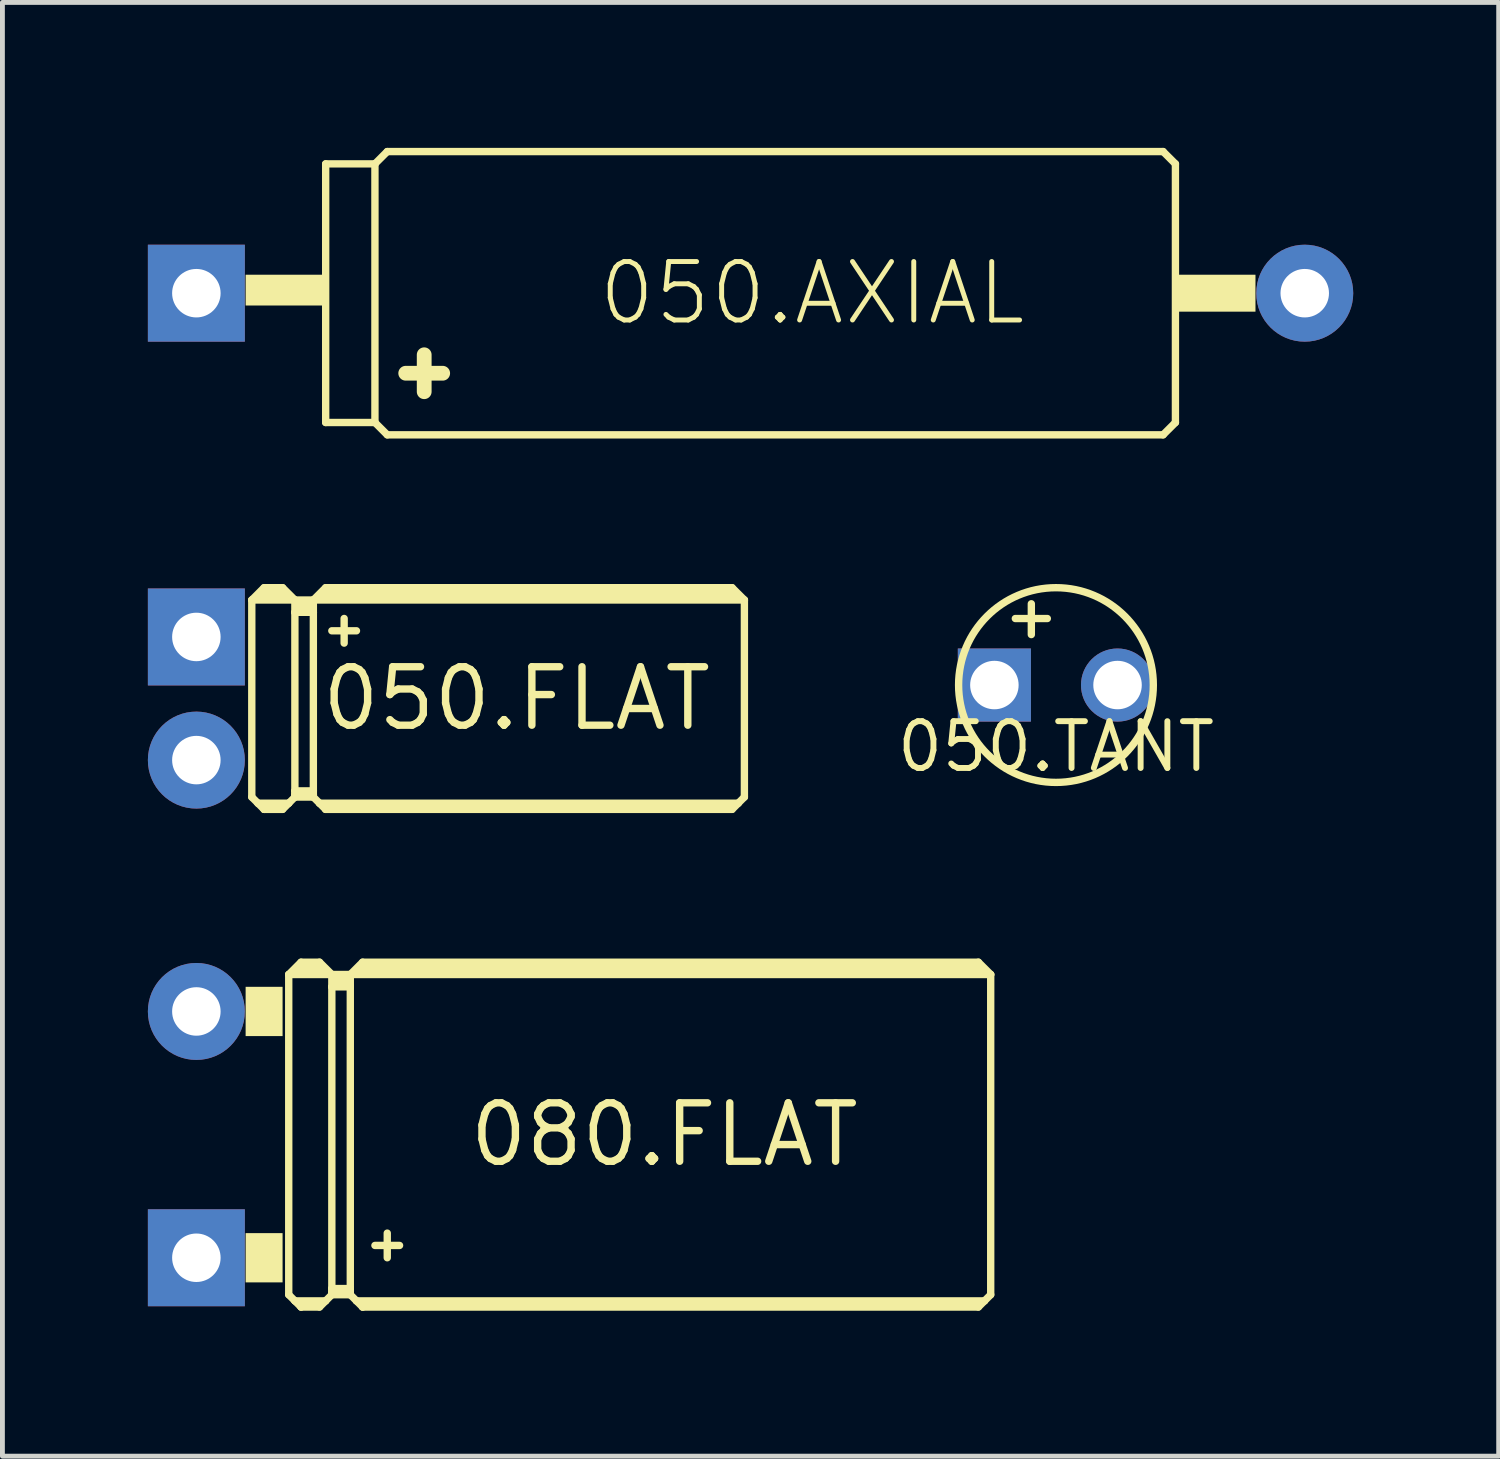
<source format=kicad_pcb>
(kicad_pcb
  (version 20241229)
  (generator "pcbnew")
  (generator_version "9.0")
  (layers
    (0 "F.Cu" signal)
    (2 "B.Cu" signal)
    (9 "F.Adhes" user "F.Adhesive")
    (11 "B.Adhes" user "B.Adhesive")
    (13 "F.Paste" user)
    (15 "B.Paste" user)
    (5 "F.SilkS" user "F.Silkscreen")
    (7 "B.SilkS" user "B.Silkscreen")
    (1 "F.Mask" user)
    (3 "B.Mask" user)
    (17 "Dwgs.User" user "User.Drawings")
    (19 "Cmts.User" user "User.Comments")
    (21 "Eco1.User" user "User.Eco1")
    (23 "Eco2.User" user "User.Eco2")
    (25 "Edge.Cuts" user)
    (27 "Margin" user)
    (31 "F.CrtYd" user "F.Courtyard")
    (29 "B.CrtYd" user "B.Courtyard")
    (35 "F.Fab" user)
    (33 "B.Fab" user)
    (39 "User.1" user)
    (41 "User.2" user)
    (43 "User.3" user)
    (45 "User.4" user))
  (footprint "050.AXIAL"
    (layer "F.Cu")
    (at 13.7 2.997)
    (property "Reference" "050.AXIAL" (at 0 0 0) (layer "F.SilkS") (effects (font (size 1.206 1.206) (thickness 0.102))))
    (attr through_hole)
    (fp_line (start -10.033 -2.667) (end -10.033 2.667) (stroke (width 0.152) (type solid)) (layer "F.SilkS"))
    (fp_line (start -10.033 -2.667) (end -9.017 -2.667) (stroke (width 0.152) (type solid)) (layer "F.SilkS"))
    (fp_line (start -10.033 2.667) (end -9.017 2.667) (stroke (width 0.152) (type solid)) (layer "F.SilkS"))
    (fp_line (start -9.017 -2.667) (end -9.017 2.667) (stroke (width 0.152) (type solid)) (layer "F.SilkS"))
    (fp_line (start -9.017 -2.667) (end -8.763 -2.921) (stroke (width 0.152) (type solid)) (layer "F.SilkS"))
    (fp_line (start -9.017 2.667) (end -8.763 2.921) (stroke (width 0.152) (type solid)) (layer "F.SilkS"))
    (fp_line (start -8.763 -2.921) (end 7.239 -2.921) (stroke (width 0.152) (type solid)) (layer "F.SilkS"))
    (fp_line (start -8.763 2.921) (end 7.239 2.921) (stroke (width 0.152) (type solid)) (layer "F.SilkS"))
    (fp_line (start -8.382 1.651) (end -7.62 1.651) (stroke (width 0.305) (type solid)) (layer "F.SilkS"))
    (fp_line (start -8.001 1.27) (end -8.001 2.032) (stroke (width 0.305) (type solid)) (layer "F.SilkS"))
    (fp_line (start 7.493 -2.667) (end 7.239 -2.921) (stroke (width 0.152) (type solid)) (layer "F.SilkS"))
    (fp_line (start 7.493 -2.667) (end 7.493 2.667) (stroke (width 0.152) (type solid)) (layer "F.SilkS"))
    (fp_line (start 7.493 2.667) (end 7.239 2.921) (stroke (width 0.152) (type solid)) (layer "F.SilkS"))
    (fp_poly (pts (xy -11.684 0.254) (xy -10.033 0.254) (xy -10.033 -0.381) (xy -11.684 -0.381)) (stroke (width 0) (type solid)) (fill yes) (layer "F.SilkS"))
    (fp_poly (pts (xy 7.493 0.381) (xy 9.144 0.381) (xy 9.144 -0.381) (xy 7.493 -0.381)) (stroke (width 0) (type solid)) (fill yes) (layer "F.SilkS"))
    (pad "+" thru_hole rect (at -12.7 0) (size 2 2) (drill 1) (layers "*.Cu" "*.Mask"))
    (pad "-" thru_hole oval (at 10.16 0 180) (size 2 2) (drill 1) (layers "*.Cu" "*.Mask")))
  (footprint "080.FLAT"
    (layer "F.Cu")
    (at 1 20.351)
    (property "Reference" "080.FLAT" (at 9.652 0 0) (layer "F.SilkS") (effects (font (size 1.206 1.206) (thickness 0.152))))
    (attr through_hole)
    (fp_line (start 1.905 -3.302) (end 2.794 -3.302) (stroke (width 0.152) (type solid)) (layer "F.SilkS"))
    (fp_line (start 1.905 3.302) (end 1.905 -3.302) (stroke (width 0.152) (type solid)) (layer "F.SilkS"))
    (fp_line (start 1.905 3.302) (end 2.032 3.429) (stroke (width 0.152) (type solid)) (layer "F.SilkS"))
    (fp_line (start 2.032 3.429) (end 2.159 3.556) (stroke (width 0.152) (type solid)) (layer "F.SilkS"))
    (fp_line (start 2.032 3.429) (end 2.667 3.429) (stroke (width 0.152) (type solid)) (layer "F.SilkS"))
    (fp_line (start 2.159 -3.556) (end 1.905 -3.302) (stroke (width 0.152) (type solid)) (layer "F.SilkS"))
    (fp_line (start 2.159 -3.556) (end 2.54 -3.556) (stroke (width 0.152) (type solid)) (layer "F.SilkS"))
    (fp_line (start 2.159 -3.429) (end 2.54 -3.429) (stroke (width 0.305) (type solid)) (layer "F.SilkS"))
    (fp_line (start 2.159 3.505) (end 2.159 3.556) (stroke (width 0.152) (type solid)) (layer "F.SilkS"))
    (fp_line (start 2.159 3.556) (end 2.54 3.556) (stroke (width 0.152) (type solid)) (layer "F.SilkS"))
    (fp_line (start 2.54 -3.556) (end 2.794 -3.302) (stroke (width 0.152) (type solid)) (layer "F.SilkS"))
    (fp_line (start 2.54 3.505) (end 2.159 3.505) (stroke (width 0.152) (type solid)) (layer "F.SilkS"))
    (fp_line (start 2.54 3.556) (end 2.667 3.429) (stroke (width 0.152) (type solid)) (layer "F.SilkS"))
    (fp_line (start 2.667 3.429) (end 2.794 3.302) (stroke (width 0.152) (type solid)) (layer "F.SilkS"))
    (fp_line (start 2.794 -3.302) (end 2.794 -3.048) (stroke (width 0.152) (type solid)) (layer "F.SilkS"))
    (fp_line (start 2.794 -3.302) (end 3.175 -3.302) (stroke (width 0.152) (type solid)) (layer "F.SilkS"))
    (fp_line (start 2.794 -3.048) (end 2.794 3.175) (stroke (width 0.152) (type solid)) (layer "F.SilkS"))
    (fp_line (start 2.794 -3.048) (end 3.175 -3.048) (stroke (width 0.152) (type solid)) (layer "F.SilkS"))
    (fp_line (start 2.794 3.175) (end 2.794 3.251) (stroke (width 0.152) (type solid)) (layer "F.SilkS"))
    (fp_line (start 2.794 3.175) (end 3.175 3.175) (stroke (width 0.152) (type solid)) (layer "F.SilkS"))
    (fp_line (start 2.794 3.251) (end 2.794 3.302) (stroke (width 0.152) (type solid)) (layer "F.SilkS"))
    (fp_line (start 2.794 3.302) (end 3.175 3.302) (stroke (width 0.152) (type solid)) (layer "F.SilkS"))
    (fp_line (start 2.921 -3.175) (end 3.048 -3.175) (stroke (width 0.305) (type solid)) (layer "F.SilkS"))
    (fp_line (start 3.175 -3.302) (end 3.175 -3.048) (stroke (width 0.152) (type solid)) (layer "F.SilkS"))
    (fp_line (start 3.175 -3.302) (end 3.429 -3.556) (stroke (width 0.152) (type solid)) (layer "F.SilkS"))
    (fp_line (start 3.175 -3.302) (end 16.383 -3.302) (stroke (width 0.152) (type solid)) (layer "F.SilkS"))
    (fp_line (start 3.175 -3.048) (end 3.175 3.175) (stroke (width 0.152) (type solid)) (layer "F.SilkS"))
    (fp_line (start 3.175 3.175) (end 3.175 3.251) (stroke (width 0.152) (type solid)) (layer "F.SilkS"))
    (fp_line (start 3.175 3.251) (end 2.794 3.251) (stroke (width 0.152) (type solid)) (layer "F.SilkS"))
    (fp_line (start 3.175 3.251) (end 3.175 3.302) (stroke (width 0.152) (type solid)) (layer "F.SilkS"))
    (fp_line (start 3.175 3.302) (end 3.302 3.429) (stroke (width 0.152) (type solid)) (layer "F.SilkS"))
    (fp_line (start 3.302 3.429) (end 3.429 3.556) (stroke (width 0.152) (type solid)) (layer "F.SilkS"))
    (fp_line (start 3.302 3.429) (end 16.256 3.429) (stroke (width 0.152) (type solid)) (layer "F.SilkS"))
    (fp_line (start 3.429 -3.556) (end 16.129 -3.556) (stroke (width 0.152) (type solid)) (layer "F.SilkS"))
    (fp_line (start 3.429 -3.429) (end 16.129 -3.429) (stroke (width 0.305) (type solid)) (layer "F.SilkS"))
    (fp_line (start 3.429 3.505) (end 3.429 3.556) (stroke (width 0.152) (type solid)) (layer "F.SilkS"))
    (fp_line (start 3.429 3.556) (end 16.129 3.556) (stroke (width 0.152) (type solid)) (layer "F.SilkS"))
    (fp_line (start 3.683 2.286) (end 4.191 2.286) (stroke (width 0.152) (type solid)) (layer "F.SilkS"))
    (fp_line (start 3.937 2.032) (end 3.937 2.54) (stroke (width 0.152) (type solid)) (layer "F.SilkS"))
    (fp_line (start 16.129 3.505) (end 3.429 3.505) (stroke (width 0.152) (type solid)) (layer "F.SilkS"))
    (fp_line (start 16.256 3.429) (end 16.129 3.556) (stroke (width 0.152) (type solid)) (layer "F.SilkS"))
    (fp_line (start 16.383 -3.302) (end 16.129 -3.556) (stroke (width 0.152) (type solid)) (layer "F.SilkS"))
    (fp_line (start 16.383 -3.302) (end 16.383 3.302) (stroke (width 0.152) (type solid)) (layer "F.SilkS"))
    (fp_line (start 16.383 3.302) (end 16.256 3.429) (stroke (width 0.152) (type solid)) (layer "F.SilkS"))
    (fp_poly (pts (xy 1.016 -2.032) (xy 1.778 -2.032) (xy 1.778 -3.048) (xy 1.016 -3.048)) (stroke (width 0) (type solid)) (fill yes) (layer "F.SilkS"))
    (fp_poly (pts (xy 1.016 3.048) (xy 1.778 3.048) (xy 1.778 2.032) (xy 1.016 2.032)) (stroke (width 0) (type solid)) (fill yes) (layer "F.SilkS"))
    (pad "1" thru_hole rect (at 0 2.54 180) (size 2 2) (drill 1) (layers "*.Cu" "*.Mask"))
    (pad "2" thru_hole oval (at 0 -2.54) (size 2 2) (drill 1) (layers "*.Cu" "*.Mask")))
  (footprint "050.TANT"
    (layer "F.Cu")
    (at 18.729 11.079)
    (property "Reference" "050.TANT" (at 0 1.27 0) (layer "F.SilkS") (effects (font (size 0.965 0.965) (thickness 0.122))))
    (attr through_hole)
    (fp_line (start -0.508 -1.676) (end -0.508 -1.041) (stroke (width 0.152) (type solid)) (layer "F.SilkS"))
    (fp_line (start -0.178 -1.372) (end -0.838 -1.372) (stroke (width 0.152) (type solid)) (layer "F.SilkS"))
    (fp_circle (center 0 0) (end 2.008 0) (stroke (width 0.152) (type solid)) (fill no) (layer "F.SilkS"))
    (pad "+" thru_hole rect (at -1.27 0) (size 1.508 1.508) (drill 1) (layers "*.Cu" "*.Mask"))
    (pad "-" thru_hole oval (at 1.27 0) (size 1.508 1.508) (drill 1) (layers "*.Cu" "*.Mask")))
  (footprint "050.FLAT"
    (layer "F.Cu")
    (at 6.08 11.357)
    (property "Reference" "050.FLAT" (at 1.524 0 0) (layer "F.SilkS") (effects (font (size 1.206 1.206) (thickness 0.152))))
    (attr through_hole)
    (fp_line (start -3.937 -2.032) (end -3.048 -2.032) (stroke (width 0.152) (type solid)) (layer "F.SilkS"))
    (fp_line (start -3.937 2.032) (end -3.937 -2.032) (stroke (width 0.152) (type solid)) (layer "F.SilkS"))
    (fp_line (start -3.937 2.032) (end -3.81 2.159) (stroke (width 0.152) (type solid)) (layer "F.SilkS"))
    (fp_line (start -3.81 2.159) (end -3.683 2.286) (stroke (width 0.152) (type solid)) (layer "F.SilkS"))
    (fp_line (start -3.81 2.159) (end -3.175 2.159) (stroke (width 0.152) (type solid)) (layer "F.SilkS"))
    (fp_line (start -3.683 -2.286) (end -3.937 -2.032) (stroke (width 0.152) (type solid)) (layer "F.SilkS"))
    (fp_line (start -3.683 -2.286) (end -3.302 -2.286) (stroke (width 0.152) (type solid)) (layer "F.SilkS"))
    (fp_line (start -3.683 -2.159) (end -3.302 -2.159) (stroke (width 0.305) (type solid)) (layer "F.SilkS"))
    (fp_line (start -3.683 2.235) (end -3.683 2.286) (stroke (width 0.152) (type solid)) (layer "F.SilkS"))
    (fp_line (start -3.683 2.286) (end -3.302 2.286) (stroke (width 0.152) (type solid)) (layer "F.SilkS"))
    (fp_line (start -3.302 -2.286) (end -3.048 -2.032) (stroke (width 0.152) (type solid)) (layer "F.SilkS"))
    (fp_line (start -3.302 2.235) (end -3.683 2.235) (stroke (width 0.152) (type solid)) (layer "F.SilkS"))
    (fp_line (start -3.302 2.286) (end -3.175 2.159) (stroke (width 0.152) (type solid)) (layer "F.SilkS"))
    (fp_line (start -3.175 2.159) (end -3.048 2.032) (stroke (width 0.152) (type solid)) (layer "F.SilkS"))
    (fp_line (start -3.048 -2.032) (end -3.048 -1.778) (stroke (width 0.152) (type solid)) (layer "F.SilkS"))
    (fp_line (start -3.048 -2.032) (end -2.667 -2.032) (stroke (width 0.152) (type solid)) (layer "F.SilkS"))
    (fp_line (start -3.048 -1.778) (end -3.048 1.905) (stroke (width 0.152) (type solid)) (layer "F.SilkS"))
    (fp_line (start -3.048 -1.778) (end -2.667 -1.778) (stroke (width 0.152) (type solid)) (layer "F.SilkS"))
    (fp_line (start -3.048 1.905) (end -3.048 1.981) (stroke (width 0.152) (type solid)) (layer "F.SilkS"))
    (fp_line (start -3.048 1.905) (end -2.667 1.905) (stroke (width 0.152) (type solid)) (layer "F.SilkS"))
    (fp_line (start -3.048 1.981) (end -3.048 2.032) (stroke (width 0.152) (type solid)) (layer "F.SilkS"))
    (fp_line (start -3.048 2.032) (end -2.667 2.032) (stroke (width 0.152) (type solid)) (layer "F.SilkS"))
    (fp_line (start -2.921 -1.905) (end -2.794 -1.905) (stroke (width 0.305) (type solid)) (layer "F.SilkS"))
    (fp_line (start -2.667 -2.032) (end -2.667 -1.778) (stroke (width 0.152) (type solid)) (layer "F.SilkS"))
    (fp_line (start -2.667 -2.032) (end -2.413 -2.286) (stroke (width 0.152) (type solid)) (layer "F.SilkS"))
    (fp_line (start -2.667 -2.032) (end 6.223 -2.032) (stroke (width 0.152) (type solid)) (layer "F.SilkS"))
    (fp_line (start -2.667 -1.778) (end -2.667 1.905) (stroke (width 0.152) (type solid)) (layer "F.SilkS"))
    (fp_line (start -2.667 1.905) (end -2.667 1.981) (stroke (width 0.152) (type solid)) (layer "F.SilkS"))
    (fp_line (start -2.667 1.981) (end -3.048 1.981) (stroke (width 0.152) (type solid)) (layer "F.SilkS"))
    (fp_line (start -2.667 1.981) (end -2.667 2.032) (stroke (width 0.152) (type solid)) (layer "F.SilkS"))
    (fp_line (start -2.667 2.032) (end -2.54 2.159) (stroke (width 0.152) (type solid)) (layer "F.SilkS"))
    (fp_line (start -2.54 2.159) (end -2.413 2.286) (stroke (width 0.152) (type solid)) (layer "F.SilkS"))
    (fp_line (start -2.54 2.159) (end 6.096 2.159) (stroke (width 0.152) (type solid)) (layer "F.SilkS"))
    (fp_line (start -2.413 -2.286) (end 5.969 -2.286) (stroke (width 0.152) (type solid)) (layer "F.SilkS"))
    (fp_line (start -2.413 -2.159) (end 5.969 -2.159) (stroke (width 0.305) (type solid)) (layer "F.SilkS"))
    (fp_line (start -2.413 2.235) (end -2.413 2.286) (stroke (width 0.152) (type solid)) (layer "F.SilkS"))
    (fp_line (start -2.413 2.286) (end 5.969 2.286) (stroke (width 0.152) (type solid)) (layer "F.SilkS"))
    (fp_line (start -2.286 -1.397) (end -1.778 -1.397) (stroke (width 0.152) (type solid)) (layer "F.SilkS"))
    (fp_line (start -2.032 -1.651) (end -2.032 -1.143) (stroke (width 0.152) (type solid)) (layer "F.SilkS"))
    (fp_line (start 5.969 2.235) (end -2.413 2.235) (stroke (width 0.152) (type solid)) (layer "F.SilkS"))
    (fp_line (start 6.096 2.159) (end 5.969 2.286) (stroke (width 0.152) (type solid)) (layer "F.SilkS"))
    (fp_line (start 6.223 -2.032) (end 5.969 -2.286) (stroke (width 0.152) (type solid)) (layer "F.SilkS"))
    (fp_line (start 6.223 -2.032) (end 6.223 2.032) (stroke (width 0.152) (type solid)) (layer "F.SilkS"))
    (fp_line (start 6.223 2.032) (end 6.096 2.159) (stroke (width 0.152) (type solid)) (layer "F.SilkS"))
    (pad "1" thru_hole rect (at -5.08 -1.27 180) (size 2 2) (drill 1) (layers "*.Cu" "*.Mask"))
    (pad "2" thru_hole oval (at -5.08 1.27) (size 2 2) (drill 1) (layers "*.Cu" "*.Mask")))
  (gr_rect
    (start -3 -3)
    (end 27.86 26.983)
    (stroke (width 0.1) (type default))
    (fill no)
    (layer "Edge.Cuts")))
</source>
